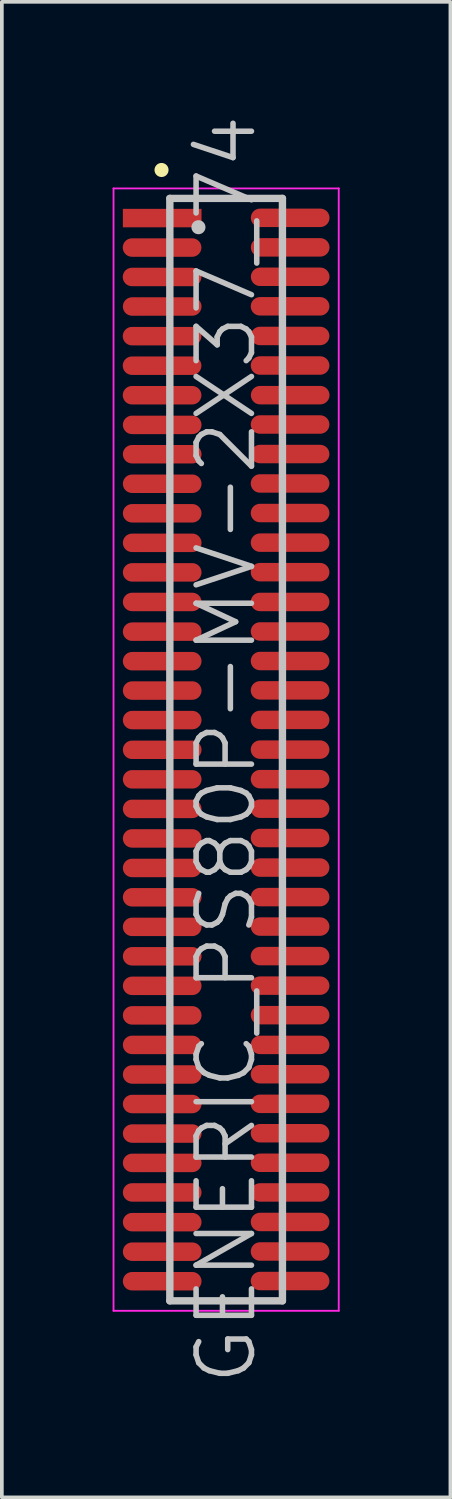
<source format=kicad_pcb>
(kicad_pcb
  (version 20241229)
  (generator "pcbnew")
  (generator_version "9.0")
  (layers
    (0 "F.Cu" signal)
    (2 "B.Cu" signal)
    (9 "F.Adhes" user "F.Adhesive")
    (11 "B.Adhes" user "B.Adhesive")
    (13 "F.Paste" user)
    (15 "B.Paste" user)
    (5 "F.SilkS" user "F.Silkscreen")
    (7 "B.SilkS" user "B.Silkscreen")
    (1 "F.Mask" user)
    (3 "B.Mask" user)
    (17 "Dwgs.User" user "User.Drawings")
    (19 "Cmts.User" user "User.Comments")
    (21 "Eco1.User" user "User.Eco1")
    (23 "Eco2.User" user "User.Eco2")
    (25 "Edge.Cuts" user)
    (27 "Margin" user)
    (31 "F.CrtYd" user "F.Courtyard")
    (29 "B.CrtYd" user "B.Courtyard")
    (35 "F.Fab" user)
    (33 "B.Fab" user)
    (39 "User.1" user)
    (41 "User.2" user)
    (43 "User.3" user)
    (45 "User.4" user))
  (footprint "GENERIC_PS80P-MV-2X37_74"
    (layer "F.Cu")
    (at 3.075 17.254)
    (property "Reference" "GENERIC_PS80P-MV-2X37_74" (at 0 0 90) (layer "Dwgs.User") (effects (font (size 1.5 1.5) (thickness 0.15))))
    (attr smd)
    (fp_line (start -1.75 -15.7) (end -1.75 -15.7) (stroke (width 0.381) (type solid)) (layer "F.SilkS"))
    (fp_line (start -1.525 -14.93) (end -1.525 14.93) (stroke (width 0.2) (type solid)) (layer "Dwgs.User"))
    (fp_line (start -1.525 -14.93) (end 1.525 -14.93) (stroke (width 0.2) (type solid)) (layer "Dwgs.User"))
    (fp_line (start -1.525 14.93) (end 1.525 14.93) (stroke (width 0.2) (type solid)) (layer "Dwgs.User"))
    (fp_line (start -0.75 -14.15) (end -0.75 -14.15) (stroke (width 0.381) (type solid)) (layer "Dwgs.User"))
    (fp_line (start 1.525 -14.93) (end 1.525 14.93) (stroke (width 0.2) (type solid)) (layer "Dwgs.User"))
    (fp_line (start -3.05 -15.2) (end -3.05 15.2) (stroke (width 0.05) (type solid)) (layer "F.CrtYd"))
    (fp_line (start -3.05 -15.2) (end 3.05 -15.2) (stroke (width 0.05) (type solid)) (layer "F.CrtYd"))
    (fp_line (start -3.05 15.2) (end 3.05 15.2) (stroke (width 0.05) (type solid)) (layer "F.CrtYd"))
    (fp_line (start 3.05 -15.2) (end 3.05 15.2) (stroke (width 0.05) (type solid)) (layer "F.CrtYd"))
    (pad "1" smd rect (at -1.732 -14.397 270) (size 0.5 2.13) (layers "F.Cu" "F.Mask" "F.Paste"))
    (pad "2" smd oval (at 1.735 -14.404 270) (size 0.5 2.13) (layers "F.Cu" "F.Mask" "F.Paste"))
    (pad "3" smd oval (at -1.735 -13.599 270) (size 0.5 2.13) (layers "F.Cu" "F.Mask" "F.Paste"))
    (pad "4" smd oval (at 1.735 -13.604 270) (size 0.5 2.13) (layers "F.Cu" "F.Mask" "F.Paste"))
    (pad "5" smd oval (at -1.735 -12.802 270) (size 0.5 2.13) (layers "F.Cu" "F.Mask" "F.Paste"))
    (pad "6" smd oval (at 1.735 -12.807 270) (size 0.5 2.13) (layers "F.Cu" "F.Mask" "F.Paste"))
    (pad "7" smd oval (at -1.732 -12.002 270) (size 0.5 2.13) (layers "F.Cu" "F.Mask" "F.Paste"))
    (pad "8" smd oval (at 1.732 -12.007 270) (size 0.5 2.13) (layers "F.Cu" "F.Mask" "F.Paste"))
    (pad "9" smd oval (at -1.735 -11.199 270) (size 0.5 2.13) (layers "F.Cu" "F.Mask" "F.Paste"))
    (pad "10" smd oval (at 1.732 -11.204 270) (size 0.5 2.13) (layers "F.Cu" "F.Mask" "F.Paste"))
    (pad "11" smd oval (at -1.735 -10.399 270) (size 0.5 2.13) (layers "F.Cu" "F.Mask" "F.Paste"))
    (pad "12" smd oval (at 1.732 -10.404 270) (size 0.5 2.13) (layers "F.Cu" "F.Mask" "F.Paste"))
    (pad "13" smd oval (at -1.735 -9.599 270) (size 0.5 2.13) (layers "F.Cu" "F.Mask" "F.Paste"))
    (pad "14" smd oval (at 1.735 -9.601 270) (size 0.5 2.13) (layers "F.Cu" "F.Mask" "F.Paste"))
    (pad "15" smd oval (at -1.732 -8.796 270) (size 0.5 2.13) (layers "F.Cu" "F.Mask" "F.Paste"))
    (pad "16" smd oval (at 1.732 -8.806 270) (size 0.5 2.13) (layers "F.Cu" "F.Mask" "F.Paste"))
    (pad "17" smd oval (at -1.732 -8.001 270) (size 0.5 2.13) (layers "F.Cu" "F.Mask" "F.Paste"))
    (pad "18" smd oval (at 1.732 -8.006 270) (size 0.5 2.13) (layers "F.Cu" "F.Mask" "F.Paste"))
    (pad "19" smd oval (at -1.732 -7.201 270) (size 0.5 2.13) (layers "F.Cu" "F.Mask" "F.Paste"))
    (pad "20" smd oval (at 1.732 -7.209 270) (size 0.5 2.13) (layers "F.Cu" "F.Mask" "F.Paste"))
    (pad "21" smd oval (at -1.732 -6.401 270) (size 0.5 2.13) (layers "F.Cu" "F.Mask" "F.Paste"))
    (pad "22" smd oval (at 1.732 -6.408 270) (size 0.5 2.13) (layers "F.Cu" "F.Mask" "F.Paste"))
    (pad "23" smd oval (at -1.732 -5.601 270) (size 0.5 2.13) (layers "F.Cu" "F.Mask" "F.Paste"))
    (pad "24" smd oval (at 1.732 -5.606 270) (size 0.5 2.13) (layers "F.Cu" "F.Mask" "F.Paste"))
    (pad "25" smd oval (at -1.732 -4.801 270) (size 0.5 2.13) (layers "F.Cu" "F.Mask" "F.Paste"))
    (pad "26" smd oval (at 1.732 -4.806 270) (size 0.5 2.13) (layers "F.Cu" "F.Mask" "F.Paste"))
    (pad "27" smd oval (at -1.732 -4 270) (size 0.5 2.13) (layers "F.Cu" "F.Mask" "F.Paste"))
    (pad "28" smd oval (at 1.732 -4 270) (size 0.5 2.13) (layers "F.Cu" "F.Mask" "F.Paste"))
    (pad "29" smd oval (at -1.732 -3.195 270) (size 0.5 2.13) (layers "F.Cu" "F.Mask" "F.Paste"))
    (pad "30" smd oval (at 1.732 -3.2 270) (size 0.5 2.13) (layers "F.Cu" "F.Mask" "F.Paste"))
    (pad "31" smd oval (at -1.732 -2.395 270) (size 0.5 2.13) (layers "F.Cu" "F.Mask" "F.Paste"))
    (pad "32" smd oval (at 1.732 -2.4 270) (size 0.5 2.13) (layers "F.Cu" "F.Mask" "F.Paste"))
    (pad "33" smd oval (at -1.732 -1.6 270) (size 0.5 2.13) (layers "F.Cu" "F.Mask" "F.Paste"))
    (pad "34" smd oval (at 1.732 -1.605 270) (size 0.5 2.13) (layers "F.Cu" "F.Mask" "F.Paste"))
    (pad "35" smd oval (at -1.732 -0.8 270) (size 0.5 2.13) (layers "F.Cu" "F.Mask" "F.Paste"))
    (pad "36" smd oval (at 1.732 -0.805 270) (size 0.5 2.13) (layers "F.Cu" "F.Mask" "F.Paste"))
    (pad "37" smd oval (at -1.732 0.005 270) (size 0.5 2.13) (layers "F.Cu" "F.Mask" "F.Paste"))
    (pad "38" smd oval (at 1.732 0 270) (size 0.5 2.13) (layers "F.Cu" "F.Mask" "F.Paste"))
    (pad "39" smd oval (at -1.732 0.805 270) (size 0.5 2.13) (layers "F.Cu" "F.Mask" "F.Paste"))
    (pad "40" smd oval (at 1.732 0.8 270) (size 0.5 2.13) (layers "F.Cu" "F.Mask" "F.Paste"))
    (pad "41" smd oval (at -1.732 1.605 270) (size 0.5 2.13) (layers "F.Cu" "F.Mask" "F.Paste"))
    (pad "42" smd oval (at 1.732 1.6 270) (size 0.5 2.13) (layers "F.Cu" "F.Mask" "F.Paste"))
    (pad "43" smd oval (at -1.732 2.405 270) (size 0.5 2.13) (layers "F.Cu" "F.Mask" "F.Paste"))
    (pad "44" smd oval (at 1.732 2.395 270) (size 0.5 2.13) (layers "F.Cu" "F.Mask" "F.Paste"))
    (pad "45" smd oval (at -1.732 3.205 270) (size 0.5 2.13) (layers "F.Cu" "F.Mask" "F.Paste"))
    (pad "46" smd oval (at 1.732 3.195 270) (size 0.5 2.13) (layers "F.Cu" "F.Mask" "F.Paste"))
    (pad "47" smd oval (at -1.732 4 270) (size 0.5 2.13) (layers "F.Cu" "F.Mask" "F.Paste"))
    (pad "48" smd oval (at 1.732 3.995 270) (size 0.5 2.13) (layers "F.Cu" "F.Mask" "F.Paste"))
    (pad "49" smd oval (at -1.732 4.801 270) (size 0.5 2.13) (layers "F.Cu" "F.Mask" "F.Paste"))
    (pad "50" smd oval (at 1.732 4.793 270) (size 0.5 2.13) (layers "F.Cu" "F.Mask" "F.Paste"))
    (pad "51" smd oval (at -1.732 5.598 270) (size 0.5 2.13) (layers "F.Cu" "F.Mask" "F.Paste"))
    (pad "52" smd oval (at 1.732 5.593 270) (size 0.5 2.13) (layers "F.Cu" "F.Mask" "F.Paste"))
    (pad "53" smd oval (at -1.732 6.398 270) (size 0.5 2.13) (layers "F.Cu" "F.Mask" "F.Paste"))
    (pad "54" smd oval (at 1.732 6.393 270) (size 0.5 2.13) (layers "F.Cu" "F.Mask" "F.Paste"))
    (pad "55" smd oval (at -1.732 7.198 270) (size 0.5 2.13) (layers "F.Cu" "F.Mask" "F.Paste"))
    (pad "56" smd oval (at 1.732 7.193 270) (size 0.5 2.13) (layers "F.Cu" "F.Mask" "F.Paste"))
    (pad "57" smd oval (at -1.732 7.998 270) (size 0.5 2.13) (layers "F.Cu" "F.Mask" "F.Paste"))
    (pad "58" smd oval (at 1.732 7.998 270) (size 0.5 2.13) (layers "F.Cu" "F.Mask" "F.Paste"))
    (pad "59" smd oval (at -1.732 8.799 270) (size 0.5 2.13) (layers "F.Cu" "F.Mask" "F.Paste"))
    (pad "60" smd oval (at 1.732 8.793 270) (size 0.5 2.13) (layers "F.Cu" "F.Mask" "F.Paste"))
    (pad "61" smd oval (at -1.732 9.599 270) (size 0.5 2.13) (layers "F.Cu" "F.Mask" "F.Paste"))
    (pad "62" smd oval (at 1.732 9.594 270) (size 0.5 2.13) (layers "F.Cu" "F.Mask" "F.Paste"))
    (pad "63" smd oval (at -1.732 10.399 270) (size 0.5 2.13) (layers "F.Cu" "F.Mask" "F.Paste"))
    (pad "64" smd oval (at 1.732 10.391 270) (size 0.5 2.13) (layers "F.Cu" "F.Mask" "F.Paste"))
    (pad "65" smd oval (at -1.732 11.194 270) (size 0.5 2.13) (layers "F.Cu" "F.Mask" "F.Paste"))
    (pad "66" smd oval (at 1.732 11.191 270) (size 0.5 2.13) (layers "F.Cu" "F.Mask" "F.Paste"))
    (pad "67" smd oval (at -1.732 11.994 270) (size 0.5 2.13) (layers "F.Cu" "F.Mask" "F.Paste"))
    (pad "68" smd oval (at 1.732 11.994 270) (size 0.5 2.13) (layers "F.Cu" "F.Mask" "F.Paste"))
    (pad "69" smd oval (at -1.732 12.799 270) (size 0.5 2.13) (layers "F.Cu" "F.Mask" "F.Paste"))
    (pad "70" smd oval (at 1.732 12.794 270) (size 0.5 2.13) (layers "F.Cu" "F.Mask" "F.Paste"))
    (pad "71" smd oval (at -1.732 13.599 270) (size 0.5 2.13) (layers "F.Cu" "F.Mask" "F.Paste"))
    (pad "72" smd oval (at 1.732 13.594 270) (size 0.5 2.13) (layers "F.Cu" "F.Mask" "F.Paste"))
    (pad "73" smd oval (at -1.732 14.399 270) (size 0.5 2.13) (layers "F.Cu" "F.Mask" "F.Paste"))
    (pad "74" smd oval (at 1.732 14.394 270) (size 0.5 2.13) (layers "F.Cu" "F.Mask" "F.Paste")))
  (gr_rect
    (start -3 -3)
    (end 9.15 37.507)
    (stroke (width 0.1) (type default))
    (fill no)
    (layer "Edge.Cuts")))
</source>
